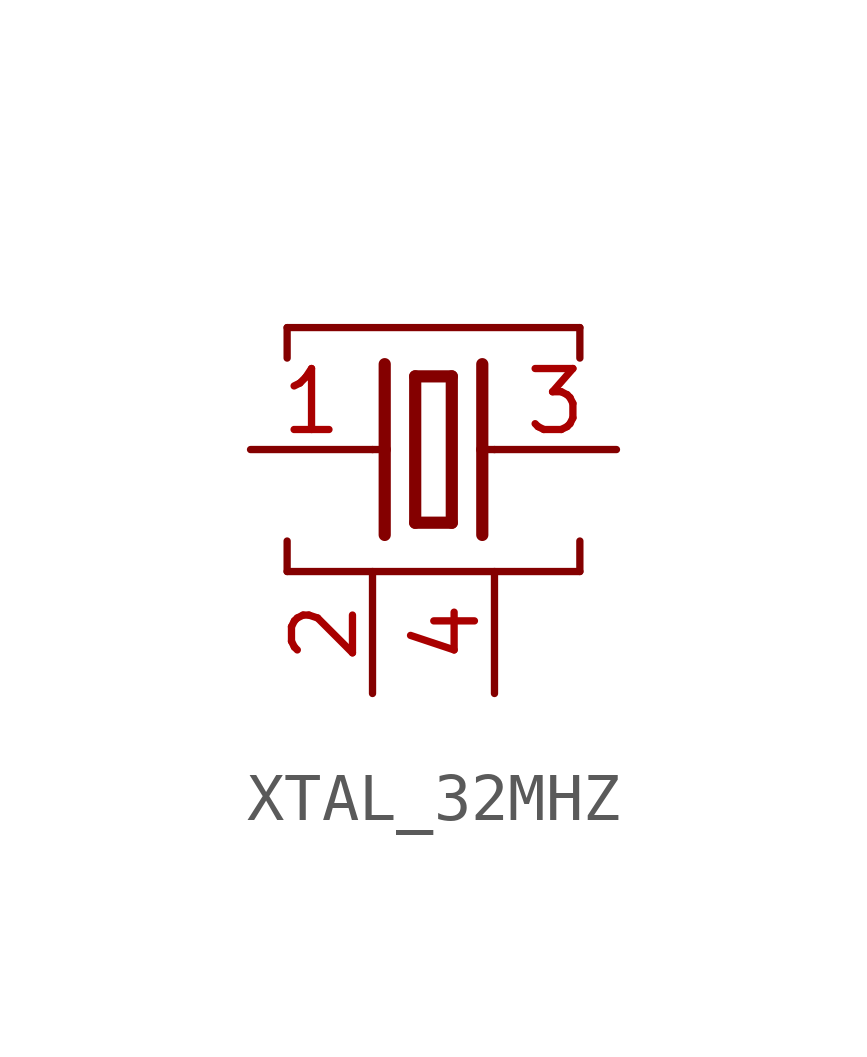
<source format=kicad_sym>
(kicad_symbol_lib
  (version 20220914)
  (generator kicad_symbol_editor)
  (symbol "XTAL_32MHZ"
    (property "Reference" ""
      (at 0 8.636 0)
      (effects (font (size 1.778 1.511)) (justify left bottom) hide))
    (property "Value" ""
      (at 0 6.35 0)
      (effects (font (size 1.778 1.511)) (justify left bottom)))
    (property "ki_locked" ""
      (at 0 0 0)
      (effects (font (size 1.27 1.27))))
    (symbol "XTAL_32MHZ_1_0"
      (polyline (pts (xy 0.762 0) (xy 0.762 0.635)) (stroke (width 0.152) (type solid)) (fill (type none)))
      (polyline (pts (xy 0.762 0) (xy 6.858 0)) (stroke (width 0.152) (type solid)) (fill (type none)))
      (polyline (pts (xy 0.762 4.445) (xy 0.762 5.08)) (stroke (width 0.152) (type solid)) (fill (type none)))
      (polyline (pts (xy 0.762 5.08) (xy 6.858 5.08)) (stroke (width 0.152) (type solid)) (fill (type none)))
      (polyline (pts (xy 2.54 2.54) (xy 2.794 2.54)) (stroke (width 0.152) (type solid)) (fill (type none)))
      (polyline (pts (xy 2.794 2.54) (xy 2.794 0.762)) (stroke (width 0.254) (type solid)) (fill (type none)))
      (polyline (pts (xy 2.794 4.318) (xy 2.794 2.54)) (stroke (width 0.254) (type solid)) (fill (type none)))
      (polyline (pts (xy 3.429 1.016) (xy 4.191 1.016)) (stroke (width 0.254) (type solid)) (fill (type none)))
      (polyline (pts (xy 3.429 4.064) (xy 3.429 1.016)) (stroke (width 0.254) (type solid)) (fill (type none)))
      (polyline (pts (xy 4.191 1.016) (xy 4.191 4.064)) (stroke (width 0.254) (type solid)) (fill (type none)))
      (polyline (pts (xy 4.191 4.064) (xy 3.429 4.064)) (stroke (width 0.254) (type solid)) (fill (type none)))
      (polyline (pts (xy 4.826 2.54) (xy 4.826 0.762)) (stroke (width 0.254) (type solid)) (fill (type none)))
      (polyline (pts (xy 4.826 2.54) (xy 5.08 2.54)) (stroke (width 0.152) (type solid)) (fill (type none)))
      (polyline (pts (xy 4.826 4.318) (xy 4.826 2.54)) (stroke (width 0.254) (type solid)) (fill (type none)))
      (polyline (pts (xy 6.858 0.635) (xy 6.858 0)) (stroke (width 0.152) (type solid)) (fill (type none)))
      (polyline (pts (xy 6.858 5.08) (xy 6.858 4.445)) (stroke (width 0.152) (type solid)) (fill (type none)))
      (pin passive line (at 0 2.54 0) (length 2.54) (name "1" (effects (font (size 0 0)))) (number "1" (effects (font (size 1.27 1.27)))))
      (pin passive line (at 2.54 -2.54 90) (length 2.54) (name "2" (effects (font (size 0 0)))) (number "2" (effects (font (size 1.27 1.27)))))
      (pin passive line (at 7.62 2.54 180) (length 2.54) (name "3" (effects (font (size 0 0)))) (number "3" (effects (font (size 1.27 1.27)))))
      (pin passive line (at 5.08 -2.54 90) (length 2.54) (name "4" (effects (font (size 0 0)))) (number "4" (effects (font (size 1.27 1.27))))))))
</source>
